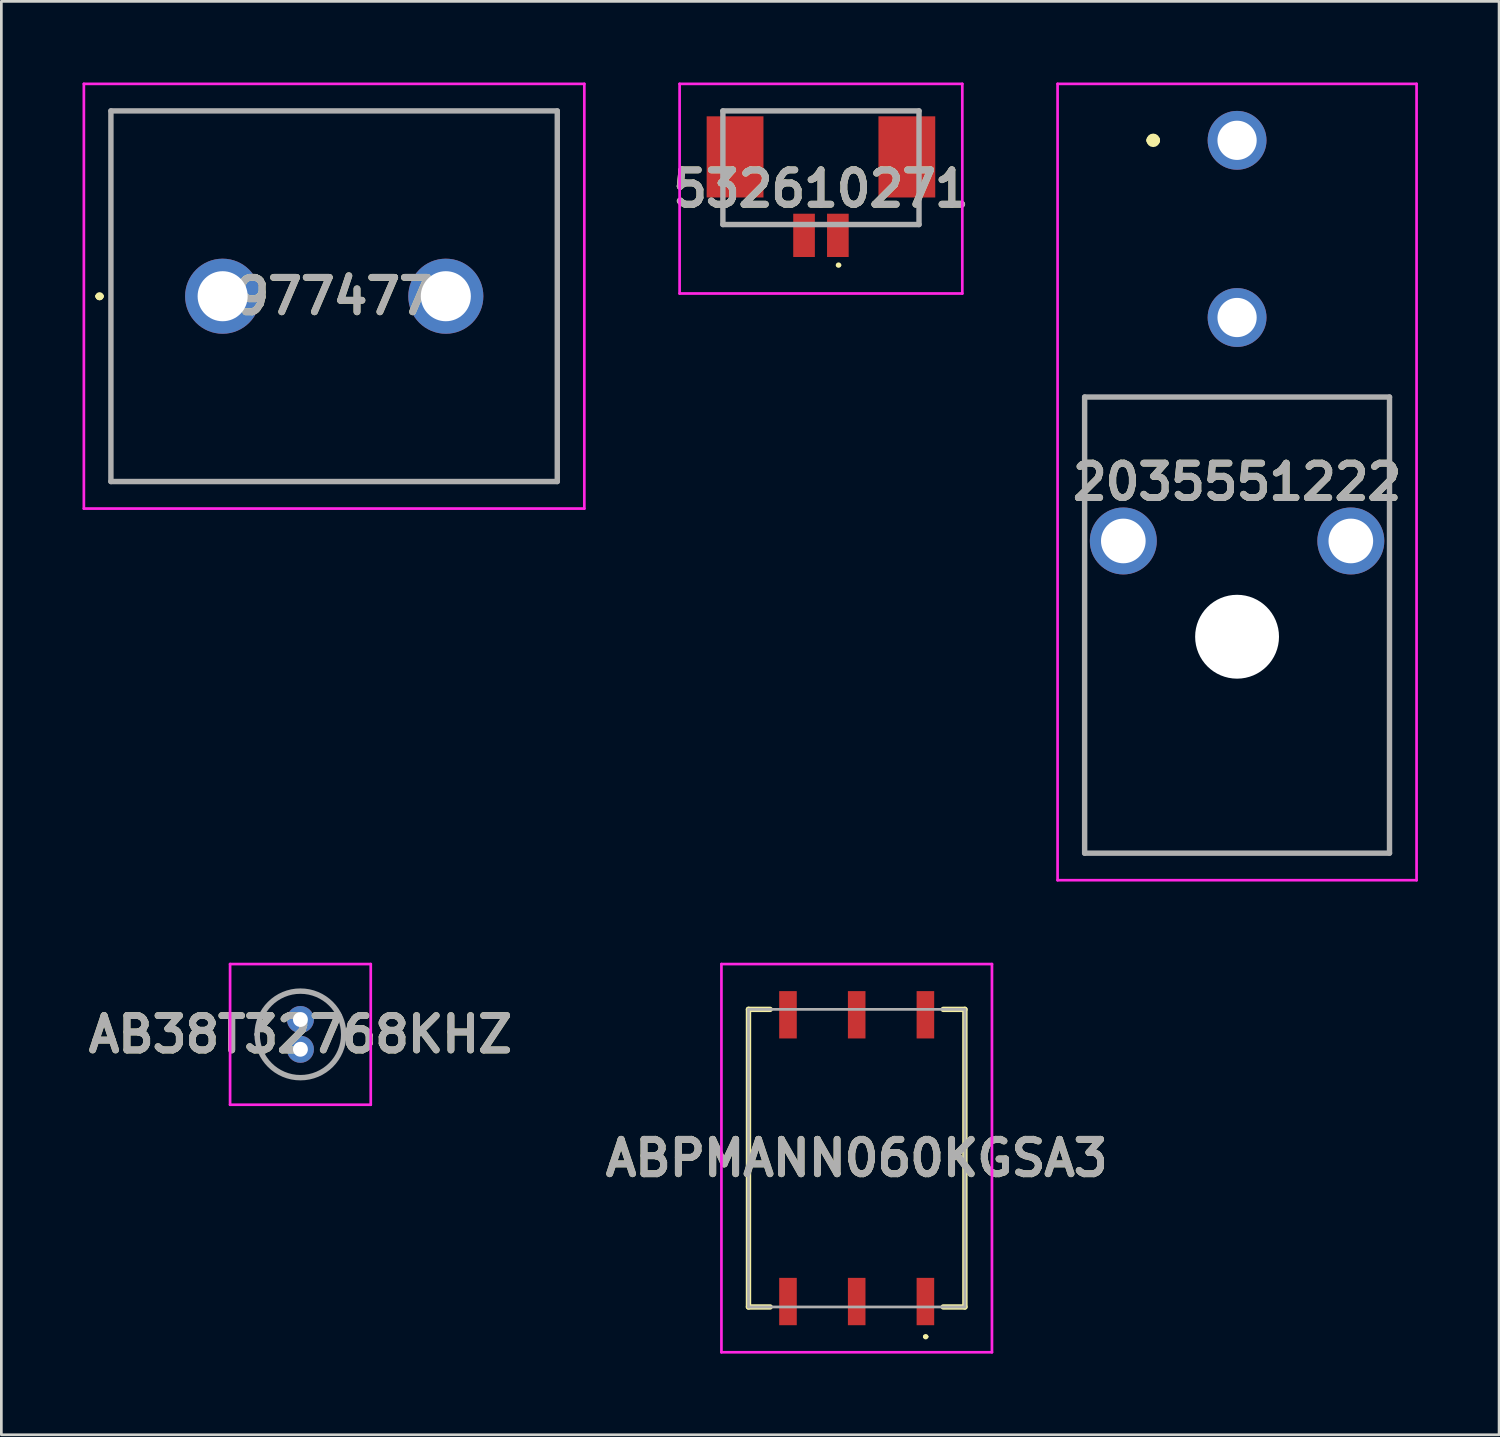
<source format=kicad_pcb>
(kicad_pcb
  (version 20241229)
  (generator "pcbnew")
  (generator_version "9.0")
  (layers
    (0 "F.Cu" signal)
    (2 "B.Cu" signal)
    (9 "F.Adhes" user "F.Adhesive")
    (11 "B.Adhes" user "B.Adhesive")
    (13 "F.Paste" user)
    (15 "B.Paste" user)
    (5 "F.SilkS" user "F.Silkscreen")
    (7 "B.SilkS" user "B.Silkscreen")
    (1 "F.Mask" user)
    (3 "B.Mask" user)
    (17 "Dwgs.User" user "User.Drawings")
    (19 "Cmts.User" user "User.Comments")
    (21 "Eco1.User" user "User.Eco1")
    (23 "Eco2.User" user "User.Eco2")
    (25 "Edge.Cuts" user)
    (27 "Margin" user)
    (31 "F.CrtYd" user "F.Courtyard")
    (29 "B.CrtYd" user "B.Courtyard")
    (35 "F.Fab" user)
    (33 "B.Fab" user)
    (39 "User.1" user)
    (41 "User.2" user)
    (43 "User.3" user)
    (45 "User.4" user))
  (footprint "ABPMANN060KGSA3"
    (layer "F.Cu")
    (at 28.618 39.762)
    (property "Reference" "ABPMANN060KGSA3" (at 0 0 0) (layer "F.SilkS") (effects (font (size 1.27 1.27) (thickness 0.254))))
    (attr smd)
    (fp_line (start -4 -5.5) (end -4 5.5) (stroke (width 0.2) (type solid)) (layer "F.SilkS"))
    (fp_line (start -4 5.5) (end -3.2 5.5) (stroke (width 0.2) (type solid)) (layer "F.SilkS"))
    (fp_line (start -3.2 -5.5) (end -4 -5.5) (stroke (width 0.2) (type solid)) (layer "F.SilkS"))
    (fp_line (start 2.5 6.6) (end 2.5 6.6) (stroke (width 0.1) (type solid)) (layer "F.SilkS"))
    (fp_line (start 2.6 6.6) (end 2.6 6.6) (stroke (width 0.1) (type solid)) (layer "F.SilkS"))
    (fp_line (start 3.2 5.5) (end 4 5.5) (stroke (width 0.2) (type solid)) (layer "F.SilkS"))
    (fp_line (start 4 -5.5) (end 3.2 -5.5) (stroke (width 0.2) (type solid)) (layer "F.SilkS"))
    (fp_line (start 4 5.5) (end 4 -5.5) (stroke (width 0.2) (type solid)) (layer "F.SilkS"))
    (fp_arc (start 2.5 6.6) (mid 2.55 6.55) (end 2.6 6.6) (stroke (width 0.1) (type solid)) (layer "F.SilkS"))
    (fp_arc (start 2.6 6.6) (mid 2.55 6.65) (end 2.5 6.6) (stroke (width 0.1) (type solid)) (layer "F.SilkS"))
    (fp_line (start -5 -7.175) (end 5 -7.175) (stroke (width 0.1) (type solid)) (layer "F.CrtYd"))
    (fp_line (start -5 7.175) (end -5 -7.175) (stroke (width 0.1) (type solid)) (layer "F.CrtYd"))
    (fp_line (start 5 -7.175) (end 5 7.175) (stroke (width 0.1) (type solid)) (layer "F.CrtYd"))
    (fp_line (start 5 7.175) (end -5 7.175) (stroke (width 0.1) (type solid)) (layer "F.CrtYd"))
    (fp_line (start -4 -5.5) (end 4 -5.5) (stroke (width 0.1) (type solid)) (layer "F.Fab"))
    (fp_line (start -4 5.5) (end -4 -5.5) (stroke (width 0.1) (type solid)) (layer "F.Fab"))
    (fp_line (start 4 -5.5) (end 4 5.5) (stroke (width 0.1) (type solid)) (layer "F.Fab"))
    (fp_line (start 4 5.5) (end -4 5.5) (stroke (width 0.1) (type solid)) (layer "F.Fab"))
    (fp_text user "${REFERENCE}" (at 0 0 0) (layer "F.Fab") (effects (font (size 1.27 1.27) (thickness 0.254))))
    (pad "1" smd rect (at 2.54 5.3) (size 0.65 1.75) (layers "F.Cu" "F.Mask" "F.Paste"))
    (pad "2" smd rect (at 0 5.3) (size 0.65 1.75) (layers "F.Cu" "F.Mask" "F.Paste"))
    (pad "3" smd rect (at -2.54 5.3) (size 0.65 1.75) (layers "F.Cu" "F.Mask" "F.Paste"))
    (pad "4" smd rect (at -2.54 -5.3) (size 0.65 1.75) (layers "F.Cu" "F.Mask" "F.Paste"))
    (pad "5" smd rect (at 0 -5.3) (size 0.65 1.75) (layers "F.Cu" "F.Mask" "F.Paste"))
    (pad "6" smd rect (at 2.54 -5.3) (size 0.65 1.75) (layers "F.Cu" "F.Mask" "F.Paste")))
  (footprint "AB38T32768KHZ"
    (layer "F.Cu")
    (at 8.055 34.637)
    (property "Reference" "AB38T32768KHZ" (at 0 0.55 0) (layer "F.SilkS") (effects (font (size 1.27 1.27) (thickness 0.254))))
    (attr through_hole)
    (fp_line (start -1.6 0.55) (end -1.6 0.55) (stroke (width 0.1) (type solid)) (layer "F.SilkS"))
    (fp_line (start 1.6 0.55) (end 1.6 0.55) (stroke (width 0.1) (type solid)) (layer "F.SilkS"))
    (fp_arc (start -1.6 0.55) (mid 0 -1.05) (end 1.6 0.55) (stroke (width 0.1) (type solid)) (layer "F.SilkS"))
    (fp_arc (start 1.6 0.55) (mid 0 2.15) (end -1.6 0.55) (stroke (width 0.1) (type solid)) (layer "F.SilkS"))
    (fp_line (start -2.6 -2.05) (end 2.6 -2.05) (stroke (width 0.1) (type solid)) (layer "F.CrtYd"))
    (fp_line (start -2.6 3.15) (end -2.6 -2.05) (stroke (width 0.1) (type solid)) (layer "F.CrtYd"))
    (fp_line (start 2.6 -2.05) (end 2.6 3.15) (stroke (width 0.1) (type solid)) (layer "F.CrtYd"))
    (fp_line (start 2.6 3.15) (end -2.6 3.15) (stroke (width 0.1) (type solid)) (layer "F.CrtYd"))
    (fp_line (start -1.6 0.55) (end -1.6 0.55) (stroke (width 0.2) (type solid)) (layer "F.Fab"))
    (fp_line (start 1.6 0.55) (end 1.6 0.55) (stroke (width 0.2) (type solid)) (layer "F.Fab"))
    (fp_arc (start -1.6 0.55) (mid 0 -1.05) (end 1.6 0.55) (stroke (width 0.2) (type solid)) (layer "F.Fab"))
    (fp_arc (start 1.6 0.55) (mid 0 2.15) (end -1.6 0.55) (stroke (width 0.2) (type solid)) (layer "F.Fab"))
    (fp_text user "${REFERENCE}" (at 0 0.55 0) (layer "F.Fab") (effects (font (size 1.27 1.27) (thickness 0.254))))
    (pad "1" thru_hole circle (at 0 0) (size 1 1) (drill 0.55) (layers "*.Cu" "*.Mask"))
    (pad "2" thru_hole circle (at 0 1.1) (size 1 1) (drill 0.55) (layers "*.Cu" "*.Mask")))
  (footprint "2035551222"
    (layer "F.Cu")
    (at 42.679 2.137)
    (property "Reference" "2035551222" (at 0 12.631 0) (layer "F.SilkS") (effects (font (size 1.27 1.27) (thickness 0.254))))
    (attr through_hole)
    (fp_line (start -5.635 9.49) (end -5.635 13.175) (stroke (width 0.1) (type solid)) (layer "F.SilkS"))
    (fp_line (start -5.635 17.175) (end -5.635 26.35) (stroke (width 0.1) (type solid)) (layer "F.SilkS"))
    (fp_line (start -5.635 26.35) (end 5.635 26.35) (stroke (width 0.1) (type solid)) (layer "F.SilkS"))
    (fp_line (start -3.2 0) (end -3.2 0) (stroke (width 0.3) (type solid)) (layer "F.SilkS"))
    (fp_line (start -3 0) (end -3 0) (stroke (width 0.3) (type solid)) (layer "F.SilkS"))
    (fp_line (start 5.635 9.49) (end 5.635 13.175) (stroke (width 0.1) (type solid)) (layer "F.SilkS"))
    (fp_line (start 5.635 26.35) (end 5.635 17.175) (stroke (width 0.1) (type solid)) (layer "F.SilkS"))
    (fp_arc (start -3.2 0) (mid -3.1 -0.1) (end -3 0) (stroke (width 0.3) (type solid)) (layer "F.SilkS"))
    (fp_arc (start -3 0) (mid -3.1 0.1) (end -3.2 0) (stroke (width 0.3) (type solid)) (layer "F.SilkS"))
    (fp_line (start -6.635 -2.087) (end 6.635 -2.087) (stroke (width 0.1) (type solid)) (layer "F.CrtYd"))
    (fp_line (start -6.635 27.35) (end -6.635 -2.087) (stroke (width 0.1) (type solid)) (layer "F.CrtYd"))
    (fp_line (start 6.635 -2.087) (end 6.635 27.35) (stroke (width 0.1) (type solid)) (layer "F.CrtYd"))
    (fp_line (start 6.635 27.35) (end -6.635 27.35) (stroke (width 0.1) (type solid)) (layer "F.CrtYd"))
    (fp_line (start -5.635 9.49) (end 5.635 9.49) (stroke (width 0.2) (type solid)) (layer "F.Fab"))
    (fp_line (start -5.635 26.35) (end -5.635 9.49) (stroke (width 0.2) (type solid)) (layer "F.Fab"))
    (fp_line (start 5.635 9.49) (end 5.635 26.35) (stroke (width 0.2) (type solid)) (layer "F.Fab"))
    (fp_line (start 5.635 26.35) (end -5.635 26.35) (stroke (width 0.2) (type solid)) (layer "F.Fab"))
    (fp_text user "${REFERENCE}" (at 0 12.631 0) (layer "F.Fab") (effects (font (size 1.27 1.27) (thickness 0.254))))
    (pad "" np_thru_hole circle (at 0 18.35) (size 3.1 3.1) (drill 3.1) (layers "*.Cu" "*.Mask"))
    (pad "1" thru_hole circle (at 0 0) (size 2.175 2.175) (drill 1.45) (layers "*.Cu" "*.Mask"))
    (pad "2" thru_hole circle (at 0 6.55) (size 2.175 2.175) (drill 1.45) (layers "*.Cu" "*.Mask"))
    (pad "MH1" thru_hole circle (at -4.205 14.81) (size 2.475 2.475) (drill 1.65) (layers "*.Cu" "*.Mask"))
    (pad "MH2" thru_hole circle (at 4.205 14.81) (size 2.475 2.475) (drill 1.65) (layers "*.Cu" "*.Mask")))
  (footprint "532610271"
    (layer "F.Cu")
    (at 27.297 3.35)
    (property "Reference" "532610271" (at 0 0.575 0) (layer "F.SilkS") (effects (font (size 1.27 1.27) (thickness 0.254))))
    (attr smd)
    (fp_line (start -3.625 1.9) (end -3.625 1.2) (stroke (width 0.1) (type solid)) (layer "F.SilkS"))
    (fp_line (start -1.4 1.9) (end -3.625 1.9) (stroke (width 0.1) (type solid)) (layer "F.SilkS"))
    (fp_line (start 0.6 3.4) (end 0.6 3.4) (stroke (width 0.1) (type solid)) (layer "F.SilkS"))
    (fp_line (start 0.7 3.4) (end 0.7 3.4) (stroke (width 0.1) (type solid)) (layer "F.SilkS"))
    (fp_line (start 1.8 -2.3) (end -1.8 -2.3) (stroke (width 0.1) (type solid)) (layer "F.SilkS"))
    (fp_line (start 3.625 1.2) (end 3.625 1.9) (stroke (width 0.1) (type solid)) (layer "F.SilkS"))
    (fp_line (start 3.625 1.9) (end 1.4 1.9) (stroke (width 0.1) (type solid)) (layer "F.SilkS"))
    (fp_arc (start 0.6 3.4) (mid 0.65 3.35) (end 0.7 3.4) (stroke (width 0.1) (type solid)) (layer "F.SilkS"))
    (fp_arc (start 0.7 3.4) (mid 0.65 3.45) (end 0.6 3.4) (stroke (width 0.1) (type solid)) (layer "F.SilkS"))
    (fp_line (start -5.225 -3.3) (end -5.225 4.45) (stroke (width 0.1) (type solid)) (layer "F.CrtYd"))
    (fp_line (start -5.225 4.45) (end 5.225 4.45) (stroke (width 0.1) (type solid)) (layer "F.CrtYd"))
    (fp_line (start 5.225 -3.3) (end -5.225 -3.3) (stroke (width 0.1) (type solid)) (layer "F.CrtYd"))
    (fp_line (start 5.225 4.45) (end 5.225 -3.3) (stroke (width 0.1) (type solid)) (layer "F.CrtYd"))
    (fp_line (start -3.625 -2.3) (end -3.625 1.9) (stroke (width 0.2) (type solid)) (layer "F.Fab"))
    (fp_line (start -3.625 1.9) (end 3.625 1.9) (stroke (width 0.2) (type solid)) (layer "F.Fab"))
    (fp_line (start 3.625 -2.3) (end -3.625 -2.3) (stroke (width 0.2) (type solid)) (layer "F.Fab"))
    (fp_line (start 3.625 1.9) (end 3.625 -2.3) (stroke (width 0.2) (type solid)) (layer "F.Fab"))
    (fp_text user "${REFERENCE}" (at 0 0.575 0) (layer "F.Fab") (effects (font (size 1.27 1.27) (thickness 0.254))))
    (pad "1" smd rect (at 0.625 2.3) (size 0.8 1.6) (layers "F.Cu" "F.Mask" "F.Paste"))
    (pad "2" smd rect (at -0.625 2.3) (size 0.8 1.6) (layers "F.Cu" "F.Mask" "F.Paste"))
    (pad "MP1" smd rect (at 3.175 -0.6) (size 2.1 3) (layers "F.Cu" "F.Mask" "F.Paste"))
    (pad "MP2" smd rect (at -3.175 -0.6) (size 2.1 3) (layers "F.Cu" "F.Mask" "F.Paste")))
  (footprint "19774772"
    (layer "F.Cu")
    (at 5.18 7.9)
    (property "Reference" "19774772" (at 4.12 0 0) (layer "F.SilkS") (effects (font (size 1.27 1.27) (thickness 0.254))))
    (attr through_hole)
    (fp_line (start -4.6 0) (end -4.6 0) (stroke (width 0.2) (type solid)) (layer "F.SilkS"))
    (fp_line (start -4.6 0) (end -4.6 0) (stroke (width 0.2) (type solid)) (layer "F.SilkS"))
    (fp_line (start -4.5 0) (end -4.5 0) (stroke (width 0.2) (type solid)) (layer "F.SilkS"))
    (fp_line (start -4.13 -6.85) (end 12.37 -6.85) (stroke (width 0.1) (type solid)) (layer "F.SilkS"))
    (fp_line (start -4.13 6.85) (end -4.13 -6.85) (stroke (width 0.1) (type solid)) (layer "F.SilkS"))
    (fp_line (start 12.37 -6.85) (end 12.37 6.85) (stroke (width 0.1) (type solid)) (layer "F.SilkS"))
    (fp_line (start 12.37 6.85) (end -4.13 6.85) (stroke (width 0.1) (type solid)) (layer "F.SilkS"))
    (fp_arc (start -4.6 0) (mid -4.55 -0.05) (end -4.5 0) (stroke (width 0.2) (type solid)) (layer "F.SilkS"))
    (fp_arc (start -4.5 0) (mid -4.55 0.05) (end -4.6 0) (stroke (width 0.2) (type solid)) (layer "F.SilkS"))
    (fp_arc (start -4.5 0) (mid -4.55 0.05) (end -4.6 0) (stroke (width 0.2) (type solid)) (layer "F.SilkS"))
    (fp_line (start -5.13 -7.85) (end 13.37 -7.85) (stroke (width 0.1) (type solid)) (layer "F.CrtYd"))
    (fp_line (start -5.13 7.85) (end -5.13 -7.85) (stroke (width 0.1) (type solid)) (layer "F.CrtYd"))
    (fp_line (start 13.37 -7.85) (end 13.37 7.85) (stroke (width 0.1) (type solid)) (layer "F.CrtYd"))
    (fp_line (start 13.37 7.85) (end -5.13 7.85) (stroke (width 0.1) (type solid)) (layer "F.CrtYd"))
    (fp_line (start -4.13 -6.85) (end -4.13 6.85) (stroke (width 0.2) (type solid)) (layer "F.Fab"))
    (fp_line (start -4.13 6.85) (end 12.37 6.85) (stroke (width 0.2) (type solid)) (layer "F.Fab"))
    (fp_line (start 12.37 -6.85) (end -4.13 -6.85) (stroke (width 0.2) (type solid)) (layer "F.Fab"))
    (fp_line (start 12.37 6.85) (end 12.37 -6.85) (stroke (width 0.2) (type solid)) (layer "F.Fab"))
    (fp_text user "${REFERENCE}" (at 4.12 0 0) (layer "F.Fab") (effects (font (size 1.27 1.27) (thickness 0.254))))
    (pad "1" thru_hole circle (at 0 0) (size 2.775 2.775) (drill 1.85) (layers "*.Cu" "*.Mask"))
    (pad "2" thru_hole circle (at 8.25 0) (size 2.775 2.775) (drill 1.85) (layers "*.Cu" "*.Mask")))
  (gr_rect
    (start -3 -3)
    (end 52.364 49.987)
    (stroke (width 0.1) (type default))
    (fill no)
    (layer "Edge.Cuts")))
</source>
